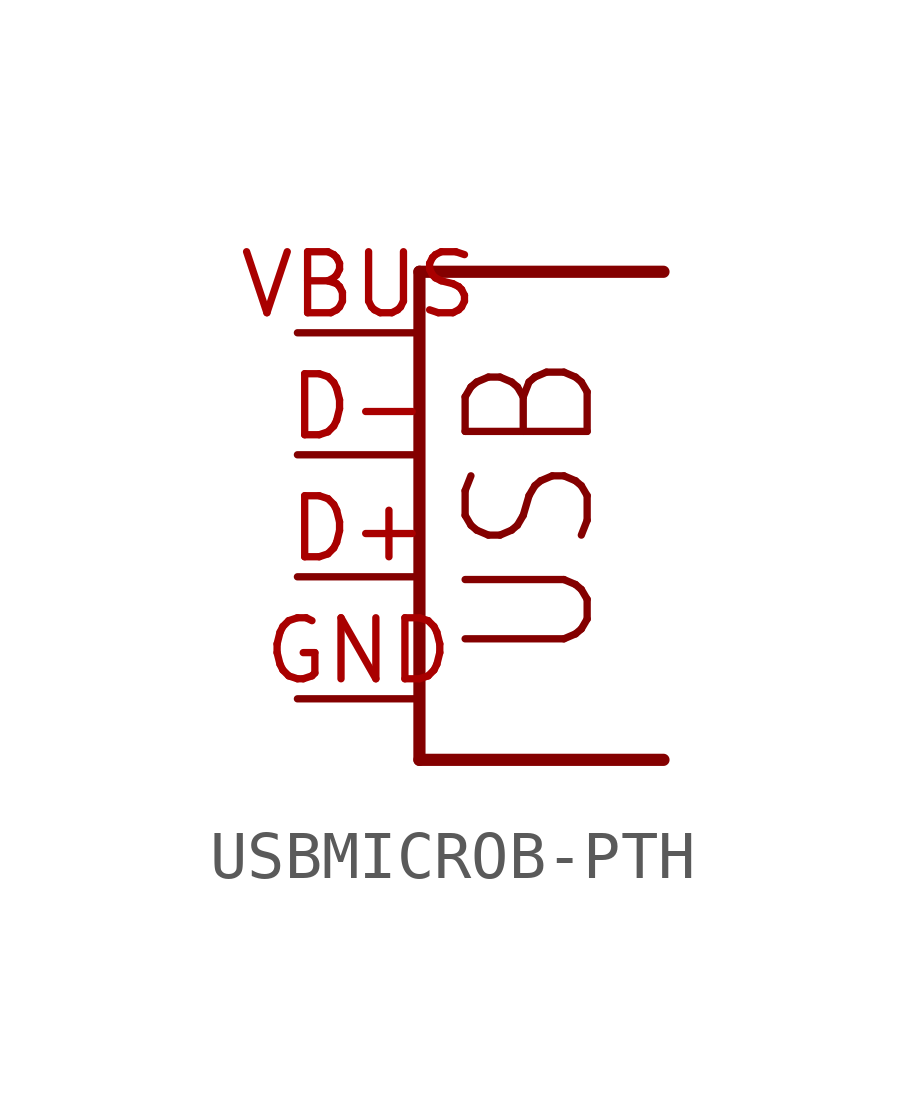
<source format=kicad_sym>
(kicad_symbol_lib
  (version 20211014)
  (generator kicad_symbol_editor)
  (symbol "USBMICROB-PTH"
    (property "Reference" "USB"
      (at 0 0 0)
      (effects (font (size 1.27 1.27)) hide))
    (property "ki_locked" ""
      (at 0 0 0)
      (effects (font (size 1.27 1.27))))
    (symbol "USBMICROB-PTH_1_0"
      (polyline (pts (xy -3.81 -5.08) (xy 1.27 -5.08)) (stroke (width 0.254) (type default) (color 0 0 0 0)) (fill (type none)))
      (polyline (pts (xy -3.81 5.08) (xy -3.81 -5.08)) (stroke (width 0.254) (type default) (color 0 0 0 0)) (fill (type none)))
      (polyline (pts (xy 1.27 5.08) (xy -3.81 5.08)) (stroke (width 0.254) (type default) (color 0 0 0 0)) (fill (type none)))
      (text "USB" (at 0 -3.175 900) (effects (font (size 2.54 2.159)) (justify left bottom)))
      (pin bidirectional line (at -6.35 -1.27 0) (length 2.54) (name "D+" (effects (font (size 0 0)))) (number "D+" (effects (font (size 1.27 1.27)))))
      (pin bidirectional line (at -6.35 1.27 0) (length 2.54) (name "D-" (effects (font (size 0 0)))) (number "D-" (effects (font (size 1.27 1.27)))))
      (pin bidirectional line (at -6.35 -3.81 0) (length 2.54) (name "GND" (effects (font (size 0 0)))) (number "GND" (effects (font (size 1.27 1.27)))))
      (pin bidirectional line (at -6.35 3.81 0) (length 2.54) (name "VBUS" (effects (font (size 0 0)))) (number "VBUS" (effects (font (size 1.27 1.27))))))))
</source>
